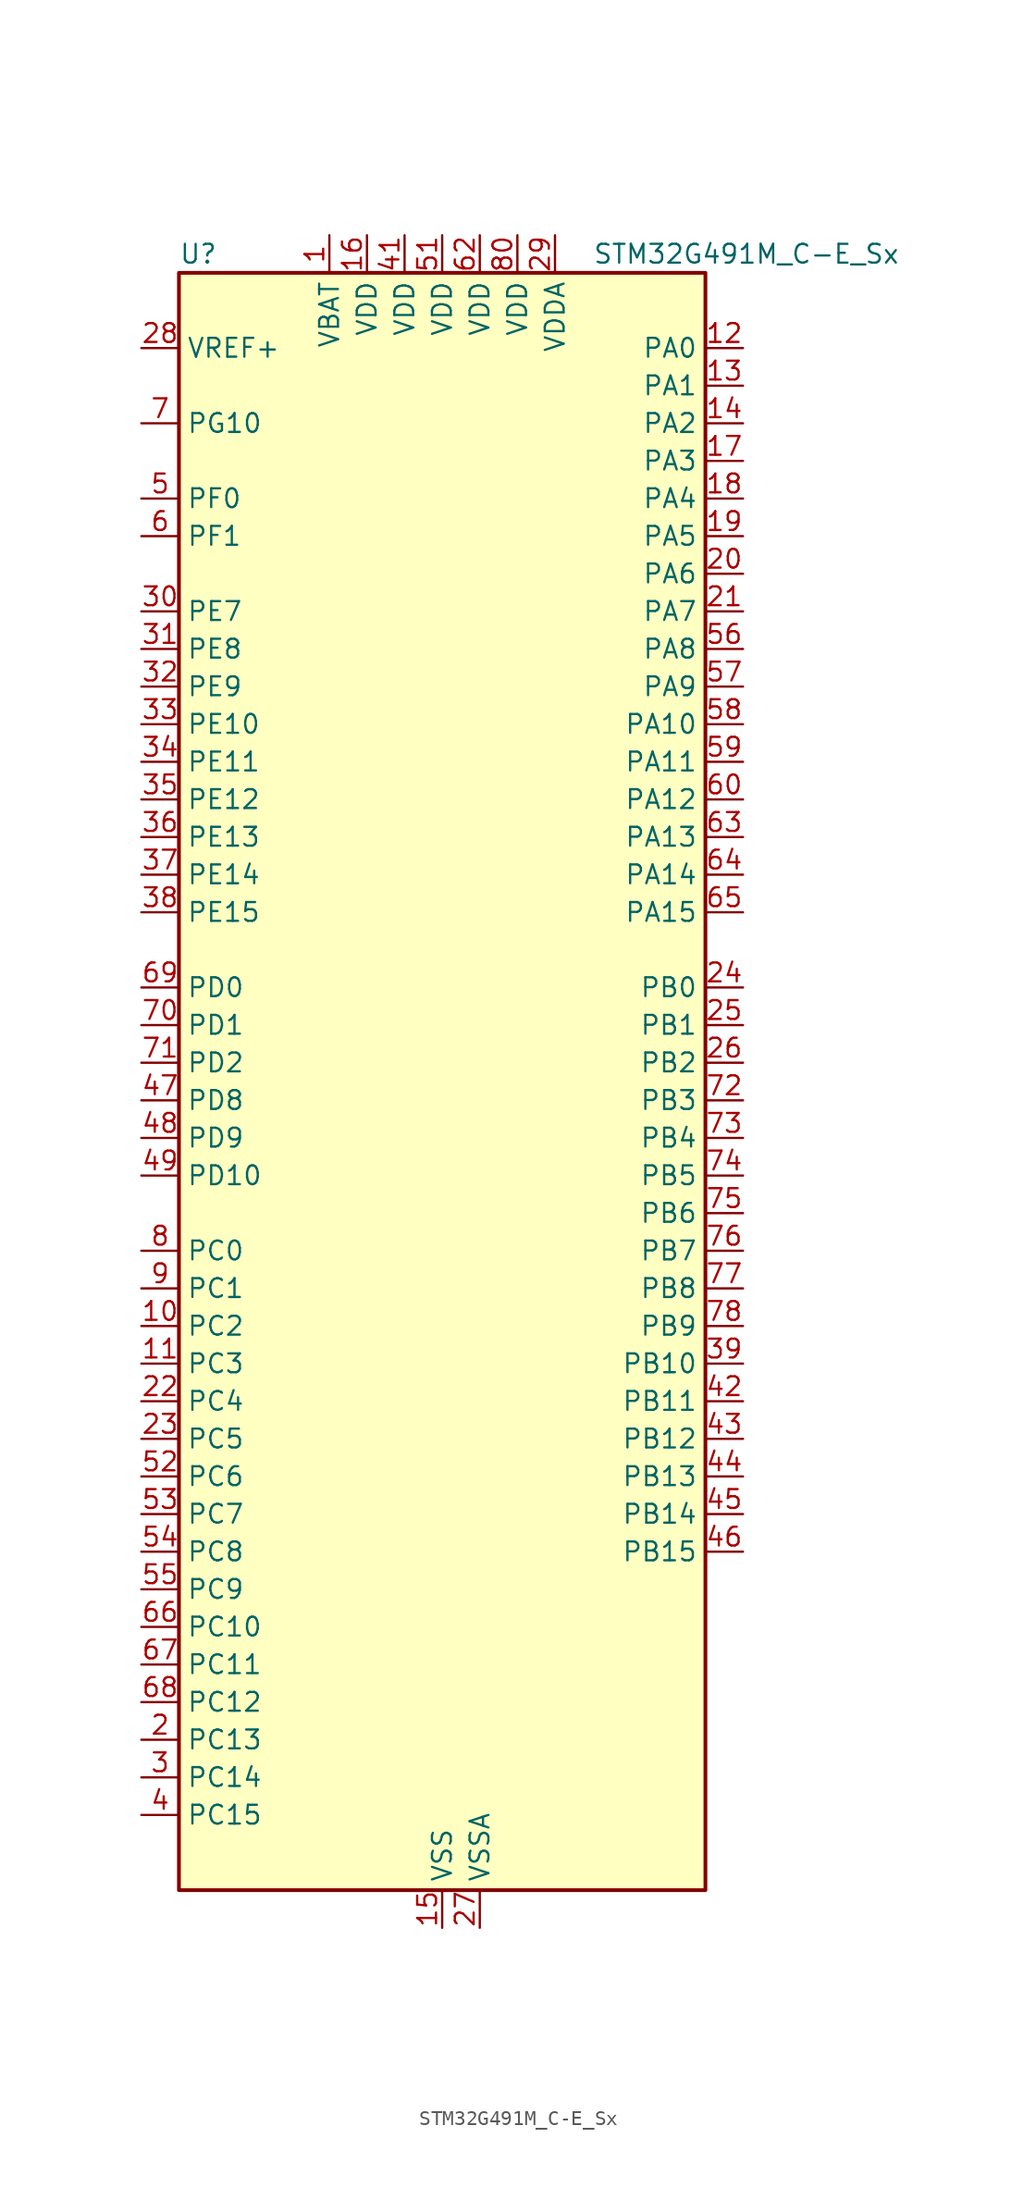
<source format=kicad_sym>
(kicad_symbol_lib
  (version 20241209)
  (generator "kicad_symbol_editor")
  (generator_version "9.0")
  (symbol "STM32G491M_C-E_Sx"
    (property "Reference" "U"
      (at -17.78 57.15 0)
      (effects (font (size 1.27 1.27)) (justify left)))
    (property "Value" "STM32G491M_C-E_Sx"
      (at 10.16 57.15 0)
      (effects (font (size 1.27 1.27)) (justify left)))
    (symbol "STM32G491M_C-E_Sx_0_1"
      (rectangle (start -17.78 -53.34) (end 17.78 55.88) (stroke (width 0.254) (type default)) (fill (type background))))
    (symbol "STM32G491M_C-E_Sx_1_1"
      (pin input line (at -20.32 50.8 0) (length 2.54) (name "VREF+" (effects (font (size 1.27 1.27)))) (number "28" (effects (font (size 1.27 1.27)))) (alternate "VREFBUF_OUT" bidirectional line))
      (pin bidirectional line (at -20.32 45.72 0) (length 2.54) (name "PG10" (effects (font (size 1.27 1.27)))) (number "7" (effects (font (size 1.27 1.27)))) (alternate "DAC1_EXTI10" bidirectional line) (alternate "DAC3_EXTI10" bidirectional line) (alternate "RCC_MCO" bidirectional line))
      (pin bidirectional line (at -20.32 40.64 0) (length 2.54) (name "PF0" (effects (font (size 1.27 1.27)))) (number "5" (effects (font (size 1.27 1.27)))) (alternate "ADC1_IN10" bidirectional line) (alternate "I2C2_SDA" bidirectional line) (alternate "I2S2_WS" bidirectional line) (alternate "RCC_OSC_IN" bidirectional line) (alternate "SPI2_NSS" bidirectional line) (alternate "TIM1_CH3N" bidirectional line))
      (pin bidirectional line (at -20.32 38.1 0) (length 2.54) (name "PF1" (effects (font (size 1.27 1.27)))) (number "6" (effects (font (size 1.27 1.27)))) (alternate "ADC2_IN10" bidirectional line) (alternate "COMP3_INM" bidirectional line) (alternate "I2S2_CK" bidirectional line) (alternate "RCC_OSC_OUT" bidirectional line) (alternate "SPI2_SCK" bidirectional line))
      (pin bidirectional line (at -20.32 33.02 0) (length 2.54) (name "PE7" (effects (font (size 1.27 1.27)))) (number "30" (effects (font (size 1.27 1.27)))) (alternate "ADC3_IN4" bidirectional line) (alternate "COMP4_INP" bidirectional line) (alternate "SAI1_SD_B" bidirectional line) (alternate "TIM1_ETR" bidirectional line))
      (pin bidirectional line (at -20.32 30.48 0) (length 2.54) (name "PE8" (effects (font (size 1.27 1.27)))) (number "31" (effects (font (size 1.27 1.27)))) (alternate "ADC3_IN6" bidirectional line) (alternate "COMP4_INM" bidirectional line) (alternate "SAI1_SCK_B" bidirectional line) (alternate "TIM1_CH1N" bidirectional line))
      (pin bidirectional line (at -20.32 27.94 0) (length 2.54) (name "PE9" (effects (font (size 1.27 1.27)))) (number "32" (effects (font (size 1.27 1.27)))) (alternate "ADC3_IN2" bidirectional line) (alternate "DAC1_EXTI9" bidirectional line) (alternate "DAC3_EXTI9" bidirectional line) (alternate "SAI1_FS_B" bidirectional line) (alternate "TIM1_CH1" bidirectional line))
      (pin bidirectional line (at -20.32 25.4 0) (length 2.54) (name "PE10" (effects (font (size 1.27 1.27)))) (number "33" (effects (font (size 1.27 1.27)))) (alternate "ADC3_IN14" bidirectional line) (alternate "DAC1_EXTI10" bidirectional line) (alternate "DAC3_EXTI10" bidirectional line) (alternate "QUADSPI1_CLK" bidirectional line) (alternate "SAI1_MCLK_B" bidirectional line) (alternate "TIM1_CH2N" bidirectional line))
      (pin bidirectional line (at -20.32 22.86 0) (length 2.54) (name "PE11" (effects (font (size 1.27 1.27)))) (number "34" (effects (font (size 1.27 1.27)))) (alternate "ADC1_EXTI11" bidirectional line) (alternate "ADC2_EXTI11" bidirectional line) (alternate "ADC3_IN15" bidirectional line) (alternate "QUADSPI1_BK1_NCS" bidirectional line) (alternate "TIM1_CH2" bidirectional line))
      (pin bidirectional line (at -20.32 20.32 0) (length 2.54) (name "PE12" (effects (font (size 1.27 1.27)))) (number "35" (effects (font (size 1.27 1.27)))) (alternate "ADC3_IN16" bidirectional line) (alternate "QUADSPI1_BK1_IO0" bidirectional line) (alternate "TIM1_CH3N" bidirectional line))
      (pin bidirectional line (at -20.32 17.78 0) (length 2.54) (name "PE13" (effects (font (size 1.27 1.27)))) (number "36" (effects (font (size 1.27 1.27)))) (alternate "ADC3_IN3" bidirectional line) (alternate "QUADSPI1_BK1_IO1" bidirectional line) (alternate "TIM1_CH3" bidirectional line))
      (pin bidirectional line (at -20.32 15.24 0) (length 2.54) (name "PE14" (effects (font (size 1.27 1.27)))) (number "37" (effects (font (size 1.27 1.27)))) (alternate "QUADSPI1_BK1_IO2" bidirectional line) (alternate "TIM1_BKIN2" bidirectional line) (alternate "TIM1_CH4" bidirectional line))
      (pin bidirectional line (at -20.32 12.7 0) (length 2.54) (name "PE15" (effects (font (size 1.27 1.27)))) (number "38" (effects (font (size 1.27 1.27)))) (alternate "ADC1_EXTI15" bidirectional line) (alternate "ADC2_EXTI15" bidirectional line) (alternate "QUADSPI1_BK1_IO3" bidirectional line) (alternate "TIM1_BKIN" bidirectional line) (alternate "TIM1_CH4N" bidirectional line) (alternate "USART3_RX" bidirectional line))
      (pin bidirectional line (at -20.32 7.62 0) (length 2.54) (name "PD0" (effects (font (size 1.27 1.27)))) (number "69" (effects (font (size 1.27 1.27)))) (alternate "FDCAN1_RX" bidirectional line) (alternate "TIM8_CH4N" bidirectional line))
      (pin bidirectional line (at -20.32 5.08 0) (length 2.54) (name "PD1" (effects (font (size 1.27 1.27)))) (number "70" (effects (font (size 1.27 1.27)))) (alternate "FDCAN1_TX" bidirectional line) (alternate "TIM8_BKIN2" bidirectional line) (alternate "TIM8_CH4" bidirectional line))
      (pin bidirectional line (at -20.32 2.54 0) (length 2.54) (name "PD2" (effects (font (size 1.27 1.27)))) (number "71" (effects (font (size 1.27 1.27)))) (alternate "ADC3_EXTI2" bidirectional line) (alternate "TIM3_ETR" bidirectional line) (alternate "TIM8_BKIN" bidirectional line) (alternate "UART5_RX" bidirectional line))
      (pin bidirectional line (at -20.32 0 0) (length 2.54) (name "PD8" (effects (font (size 1.27 1.27)))) (number "47" (effects (font (size 1.27 1.27)))) (alternate "USART3_TX" bidirectional line))
      (pin bidirectional line (at -20.32 -2.54 0) (length 2.54) (name "PD9" (effects (font (size 1.27 1.27)))) (number "48" (effects (font (size 1.27 1.27)))) (alternate "DAC1_EXTI9" bidirectional line) (alternate "DAC3_EXTI9" bidirectional line) (alternate "OPAMP6_VINP" bidirectional line) (alternate "OPAMP6_VINP_SEC" bidirectional line) (alternate "USART3_RX" bidirectional line))
      (pin bidirectional line (at -20.32 -5.08 0) (length 2.54) (name "PD10" (effects (font (size 1.27 1.27)))) (number "49" (effects (font (size 1.27 1.27)))) (alternate "ADC3_IN7" bidirectional line) (alternate "DAC1_EXTI10" bidirectional line) (alternate "DAC3_EXTI10" bidirectional line) (alternate "USART3_CK" bidirectional line))
      (pin bidirectional line (at -20.32 -10.16 0) (length 2.54) (name "PC0" (effects (font (size 1.27 1.27)))) (number "8" (effects (font (size 1.27 1.27)))) (alternate "ADC1_IN6" bidirectional line) (alternate "ADC2_IN6" bidirectional line) (alternate "COMP3_INM" bidirectional line) (alternate "LPTIM1_IN1" bidirectional line) (alternate "LPUART1_RX" bidirectional line) (alternate "TIM1_CH1" bidirectional line))
      (pin bidirectional line (at -20.32 -12.7 0) (length 2.54) (name "PC1" (effects (font (size 1.27 1.27)))) (number "9" (effects (font (size 1.27 1.27)))) (alternate "ADC1_IN7" bidirectional line) (alternate "ADC2_IN7" bidirectional line) (alternate "COMP3_INP" bidirectional line) (alternate "LPTIM1_OUT" bidirectional line) (alternate "LPUART1_TX" bidirectional line) (alternate "QUADSPI1_BK2_IO0" bidirectional line) (alternate "SAI1_SD_A" bidirectional line) (alternate "TIM1_CH2" bidirectional line))
      (pin bidirectional line (at -20.32 -15.24 0) (length 2.54) (name "PC2" (effects (font (size 1.27 1.27)))) (number "10" (effects (font (size 1.27 1.27)))) (alternate "ADC1_IN8" bidirectional line) (alternate "ADC2_IN8" bidirectional line) (alternate "ADC3_EXTI2" bidirectional line) (alternate "COMP3_OUT" bidirectional line) (alternate "LPTIM1_IN2" bidirectional line) (alternate "QUADSPI1_BK2_IO1" bidirectional line) (alternate "TIM1_CH3" bidirectional line) (alternate "TIM20_CH2" bidirectional line))
      (pin bidirectional line (at -20.32 -17.78 0) (length 2.54) (name "PC3" (effects (font (size 1.27 1.27)))) (number "11" (effects (font (size 1.27 1.27)))) (alternate "ADC1_IN9" bidirectional line) (alternate "ADC2_IN9" bidirectional line) (alternate "ADC3_EXTI3" bidirectional line) (alternate "LPTIM1_ETR" bidirectional line) (alternate "QUADSPI1_BK2_IO2" bidirectional line) (alternate "SAI1_D1" bidirectional line) (alternate "SAI1_SD_A" bidirectional line) (alternate "TIM1_BKIN2" bidirectional line) (alternate "TIM1_CH4" bidirectional line))
      (pin bidirectional line (at -20.32 -20.32 0) (length 2.54) (name "PC4" (effects (font (size 1.27 1.27)))) (number "22" (effects (font (size 1.27 1.27)))) (alternate "ADC2_IN5" bidirectional line) (alternate "I2C2_SCL" bidirectional line) (alternate "QUADSPI1_BK2_IO3" bidirectional line) (alternate "TIM1_ETR" bidirectional line) (alternate "USART1_TX" bidirectional line))
      (pin bidirectional line (at -20.32 -22.86 0) (length 2.54) (name "PC5" (effects (font (size 1.27 1.27)))) (number "23" (effects (font (size 1.27 1.27)))) (alternate "ADC2_IN11" bidirectional line) (alternate "OPAMP1_VINM" bidirectional line) (alternate "OPAMP1_VINM1" bidirectional line) (alternate "OPAMP1_VINM_SEC" bidirectional line) (alternate "OPAMP2_VINM" bidirectional line) (alternate "OPAMP2_VINM1" bidirectional line) (alternate "OPAMP2_VINM_SEC" bidirectional line) (alternate "SAI1_D3" bidirectional line) (alternate "SYS_WKUP5" bidirectional line) (alternate "TIM15_BKIN" bidirectional line) (alternate "TIM1_CH4N" bidirectional line) (alternate "USART1_RX" bidirectional line))
      (pin bidirectional line (at -20.32 -25.4 0) (length 2.54) (name "PC6" (effects (font (size 1.27 1.27)))) (number "52" (effects (font (size 1.27 1.27)))) (alternate "I2S2_MCK" bidirectional line) (alternate "TIM3_CH1" bidirectional line) (alternate "TIM8_CH1" bidirectional line))
      (pin bidirectional line (at -20.32 -27.94 0) (length 2.54) (name "PC7" (effects (font (size 1.27 1.27)))) (number "53" (effects (font (size 1.27 1.27)))) (alternate "I2S3_MCK" bidirectional line) (alternate "TIM3_CH2" bidirectional line) (alternate "TIM8_CH2" bidirectional line))
      (pin bidirectional line (at -20.32 -30.48 0) (length 2.54) (name "PC8" (effects (font (size 1.27 1.27)))) (number "54" (effects (font (size 1.27 1.27)))) (alternate "I2C3_SCL" bidirectional line) (alternate "TIM20_CH3" bidirectional line) (alternate "TIM3_CH3" bidirectional line) (alternate "TIM8_CH3" bidirectional line))
      (pin bidirectional line (at -20.32 -33.02 0) (length 2.54) (name "PC9" (effects (font (size 1.27 1.27)))) (number "55" (effects (font (size 1.27 1.27)))) (alternate "DAC1_EXTI9" bidirectional line) (alternate "DAC3_EXTI9" bidirectional line) (alternate "I2C3_SDA" bidirectional line) (alternate "I2S_CKIN" bidirectional line) (alternate "TIM3_CH4" bidirectional line) (alternate "TIM8_BKIN2" bidirectional line) (alternate "TIM8_CH4" bidirectional line))
      (pin bidirectional line (at -20.32 -35.56 0) (length 2.54) (name "PC10" (effects (font (size 1.27 1.27)))) (number "66" (effects (font (size 1.27 1.27)))) (alternate "DAC1_EXTI10" bidirectional line) (alternate "DAC3_EXTI10" bidirectional line) (alternate "I2S3_CK" bidirectional line) (alternate "SPI3_SCK" bidirectional line) (alternate "TIM8_CH1N" bidirectional line) (alternate "UART4_TX" bidirectional line) (alternate "USART3_TX" bidirectional line))
      (pin bidirectional line (at -20.32 -38.1 0) (length 2.54) (name "PC11" (effects (font (size 1.27 1.27)))) (number "67" (effects (font (size 1.27 1.27)))) (alternate "ADC1_EXTI11" bidirectional line) (alternate "ADC2_EXTI11" bidirectional line) (alternate "I2C3_SDA" bidirectional line) (alternate "SPI3_MISO" bidirectional line) (alternate "TIM8_CH2N" bidirectional line) (alternate "UART4_RX" bidirectional line) (alternate "USART3_RX" bidirectional line))
      (pin bidirectional line (at -20.32 -40.64 0) (length 2.54) (name "PC12" (effects (font (size 1.27 1.27)))) (number "68" (effects (font (size 1.27 1.27)))) (alternate "I2S3_SD" bidirectional line) (alternate "SPI3_MOSI" bidirectional line) (alternate "TIM8_CH3N" bidirectional line) (alternate "UART5_TX" bidirectional line) (alternate "UCPD1_FRSTX1" bidirectional line) (alternate "UCPD1_FRSTX2" bidirectional line) (alternate "USART3_CK" bidirectional line))
      (pin bidirectional line (at -20.32 -43.18 0) (length 2.54) (name "PC13" (effects (font (size 1.27 1.27)))) (number "2" (effects (font (size 1.27 1.27)))) (alternate "RTC_OUT1" bidirectional line) (alternate "RTC_TAMP1" bidirectional line) (alternate "RTC_TS" bidirectional line) (alternate "SYS_WKUP2" bidirectional line) (alternate "TIM1_BKIN" bidirectional line) (alternate "TIM1_CH1N" bidirectional line) (alternate "TIM8_CH4N" bidirectional line))
      (pin bidirectional line (at -20.32 -45.72 0) (length 2.54) (name "PC14" (effects (font (size 1.27 1.27)))) (number "3" (effects (font (size 1.27 1.27)))) (alternate "RCC_OSC32_IN" bidirectional line))
      (pin bidirectional line (at -20.32 -48.26 0) (length 2.54) (name "PC15" (effects (font (size 1.27 1.27)))) (number "4" (effects (font (size 1.27 1.27)))) (alternate "ADC1_EXTI15" bidirectional line) (alternate "ADC2_EXTI15" bidirectional line) (alternate "RCC_OSC32_OUT" bidirectional line))
      (pin power_in line (at -7.62 58.42 270) (length 2.54) (name "VBAT" (effects (font (size 1.27 1.27)))) (number "1" (effects (font (size 1.27 1.27)))))
      (pin power_in line (at -5.08 58.42 270) (length 2.54) (name "VDD" (effects (font (size 1.27 1.27)))) (number "16" (effects (font (size 1.27 1.27)))))
      (pin power_in line (at -2.54 58.42 270) (length 2.54) (name "VDD" (effects (font (size 1.27 1.27)))) (number "41" (effects (font (size 1.27 1.27)))))
      (pin power_in line (at 0 58.42 270) (length 2.54) (name "VDD" (effects (font (size 1.27 1.27)))) (number "51" (effects (font (size 1.27 1.27)))))
      (pin power_in line (at 0 -55.88 90) (length 2.54) (name "VSS" (effects (font (size 1.27 1.27)))) (number "15" (effects (font (size 1.27 1.27)))))
      (pin passive line (at 0 -55.88 90) (length 2.54) (hide yes) (name "VSS" (effects (font (size 1.27 1.27)))) (number "40" (effects (font (size 1.27 1.27)))))
      (pin passive line (at 0 -55.88 90) (length 2.54) (hide yes) (name "VSS" (effects (font (size 1.27 1.27)))) (number "50" (effects (font (size 1.27 1.27)))))
      (pin passive line (at 0 -55.88 90) (length 2.54) (hide yes) (name "VSS" (effects (font (size 1.27 1.27)))) (number "61" (effects (font (size 1.27 1.27)))))
      (pin passive line (at 0 -55.88 90) (length 2.54) (hide yes) (name "VSS" (effects (font (size 1.27 1.27)))) (number "79" (effects (font (size 1.27 1.27)))))
      (pin power_in line (at 2.54 58.42 270) (length 2.54) (name "VDD" (effects (font (size 1.27 1.27)))) (number "62" (effects (font (size 1.27 1.27)))))
      (pin power_in line (at 2.54 -55.88 90) (length 2.54) (name "VSSA" (effects (font (size 1.27 1.27)))) (number "27" (effects (font (size 1.27 1.27)))))
      (pin power_in line (at 5.08 58.42 270) (length 2.54) (name "VDD" (effects (font (size 1.27 1.27)))) (number "80" (effects (font (size 1.27 1.27)))))
      (pin power_in line (at 7.62 58.42 270) (length 2.54) (name "VDDA" (effects (font (size 1.27 1.27)))) (number "29" (effects (font (size 1.27 1.27)))))
      (pin bidirectional line (at 20.32 50.8 180) (length 2.54) (name "PA0" (effects (font (size 1.27 1.27)))) (number "12" (effects (font (size 1.27 1.27)))) (alternate "ADC1_IN1" bidirectional line) (alternate "ADC2_IN1" bidirectional line) (alternate "COMP1_INM" bidirectional line) (alternate "COMP1_OUT" bidirectional line) (alternate "COMP3_INP" bidirectional line) (alternate "RTC_TAMP2" bidirectional line) (alternate "SYS_WKUP1" bidirectional line) (alternate "TIM2_CH1" bidirectional line) (alternate "TIM2_ETR" bidirectional line) (alternate "TIM8_BKIN" bidirectional line) (alternate "TIM8_ETR" bidirectional line) (alternate "USART2_CTS" bidirectional line) (alternate "USART2_NSS" bidirectional line))
      (pin bidirectional line (at 20.32 48.26 180) (length 2.54) (name "PA1" (effects (font (size 1.27 1.27)))) (number "13" (effects (font (size 1.27 1.27)))) (alternate "ADC1_IN2" bidirectional line) (alternate "ADC2_IN2" bidirectional line) (alternate "COMP1_INP" bidirectional line) (alternate "OPAMP1_VINP" bidirectional line) (alternate "OPAMP1_VINP_SEC" bidirectional line) (alternate "OPAMP3_VINP" bidirectional line) (alternate "OPAMP3_VINP_SEC" bidirectional line) (alternate "OPAMP6_VINM" bidirectional line) (alternate "OPAMP6_VINM0" bidirectional line) (alternate "OPAMP6_VINM_SEC" bidirectional line) (alternate "RTC_REFIN" bidirectional line) (alternate "TIM15_CH1N" bidirectional line) (alternate "TIM2_CH2" bidirectional line) (alternate "USART2_DE" bidirectional line) (alternate "USART2_RTS" bidirectional line))
      (pin bidirectional line (at 20.32 45.72 180) (length 2.54) (name "PA2" (effects (font (size 1.27 1.27)))) (number "14" (effects (font (size 1.27 1.27)))) (alternate "ADC1_IN3" bidirectional line) (alternate "ADC3_EXTI2" bidirectional line) (alternate "COMP2_INM" bidirectional line) (alternate "COMP2_OUT" bidirectional line) (alternate "LPUART1_TX" bidirectional line) (alternate "OPAMP1_VOUT" bidirectional line) (alternate "QUADSPI1_BK1_NCS" bidirectional line) (alternate "RCC_LSCO" bidirectional line) (alternate "SYS_WKUP4" bidirectional line) (alternate "TIM15_CH1" bidirectional line) (alternate "TIM2_CH3" bidirectional line) (alternate "UCPD1_FRSTX1" bidirectional line) (alternate "UCPD1_FRSTX2" bidirectional line) (alternate "USART2_TX" bidirectional line))
      (pin bidirectional line (at 20.32 43.18 180) (length 2.54) (name "PA3" (effects (font (size 1.27 1.27)))) (number "17" (effects (font (size 1.27 1.27)))) (alternate "ADC1_IN4" bidirectional line) (alternate "ADC3_EXTI3" bidirectional line) (alternate "COMP2_INP" bidirectional line) (alternate "LPUART1_RX" bidirectional line) (alternate "OPAMP1_VINM" bidirectional line) (alternate "OPAMP1_VINM0" bidirectional line) (alternate "OPAMP1_VINM_SEC" bidirectional line) (alternate "OPAMP1_VINP" bidirectional line) (alternate "OPAMP1_VINP_SEC" bidirectional line) (alternate "QUADSPI1_CLK" bidirectional line) (alternate "SAI1_CK1" bidirectional line) (alternate "SAI1_MCLK_A" bidirectional line) (alternate "TIM15_CH2" bidirectional line) (alternate "TIM2_CH4" bidirectional line) (alternate "USART2_RX" bidirectional line))
      (pin bidirectional line (at 20.32 40.64 180) (length 2.54) (name "PA4" (effects (font (size 1.27 1.27)))) (number "18" (effects (font (size 1.27 1.27)))) (alternate "ADC2_IN17" bidirectional line) (alternate "COMP1_INM" bidirectional line) (alternate "DAC1_OUT1" bidirectional line) (alternate "I2S3_WS" bidirectional line) (alternate "SAI1_FS_B" bidirectional line) (alternate "SPI1_NSS" bidirectional line) (alternate "SPI3_NSS" bidirectional line) (alternate "TIM3_CH2" bidirectional line) (alternate "USART2_CK" bidirectional line))
      (pin bidirectional line (at 20.32 38.1 180) (length 2.54) (name "PA5" (effects (font (size 1.27 1.27)))) (number "19" (effects (font (size 1.27 1.27)))) (alternate "ADC2_IN13" bidirectional line) (alternate "COMP2_INM" bidirectional line) (alternate "DAC1_OUT2" bidirectional line) (alternate "OPAMP2_VINM" bidirectional line) (alternate "OPAMP2_VINM0" bidirectional line) (alternate "OPAMP2_VINM_SEC" bidirectional line) (alternate "SPI1_SCK" bidirectional line) (alternate "TIM2_CH1" bidirectional line) (alternate "TIM2_ETR" bidirectional line) (alternate "UCPD1_FRSTX1" bidirectional line) (alternate "UCPD1_FRSTX2" bidirectional line))
      (pin bidirectional line (at 20.32 35.56 180) (length 2.54) (name "PA6" (effects (font (size 1.27 1.27)))) (number "20" (effects (font (size 1.27 1.27)))) (alternate "ADC2_IN3" bidirectional line) (alternate "COMP1_OUT" bidirectional line) (alternate "LPUART1_CTS" bidirectional line) (alternate "OPAMP2_VOUT" bidirectional line) (alternate "QUADSPI1_BK1_IO3" bidirectional line) (alternate "SPI1_MISO" bidirectional line) (alternate "TIM16_CH1" bidirectional line) (alternate "TIM1_BKIN" bidirectional line) (alternate "TIM3_CH1" bidirectional line) (alternate "TIM8_BKIN" bidirectional line))
      (pin bidirectional line (at 20.32 33.02 180) (length 2.54) (name "PA7" (effects (font (size 1.27 1.27)))) (number "21" (effects (font (size 1.27 1.27)))) (alternate "ADC2_IN4" bidirectional line) (alternate "COMP2_INP" bidirectional line) (alternate "COMP2_OUT" bidirectional line) (alternate "OPAMP1_VINP" bidirectional line) (alternate "OPAMP1_VINP_SEC" bidirectional line) (alternate "OPAMP2_VINP" bidirectional line) (alternate "OPAMP2_VINP_SEC" bidirectional line) (alternate "QUADSPI1_BK1_IO2" bidirectional line) (alternate "SPI1_MOSI" bidirectional line) (alternate "TIM17_CH1" bidirectional line) (alternate "TIM1_CH1N" bidirectional line) (alternate "TIM3_CH2" bidirectional line) (alternate "TIM8_CH1N" bidirectional line) (alternate "UCPD1_FRSTX1" bidirectional line) (alternate "UCPD1_FRSTX2" bidirectional line))
      (pin bidirectional line (at 20.32 30.48 180) (length 2.54) (name "PA8" (effects (font (size 1.27 1.27)))) (number "56" (effects (font (size 1.27 1.27)))) (alternate "I2C2_SDA" bidirectional line) (alternate "I2C3_SCL" bidirectional line) (alternate "I2S2_MCK" bidirectional line) (alternate "RCC_MCO" bidirectional line) (alternate "SAI1_CK2" bidirectional line) (alternate "SAI1_SCK_A" bidirectional line) (alternate "TIM1_CH1" bidirectional line) (alternate "TIM4_ETR" bidirectional line) (alternate "USART1_CK" bidirectional line))
      (pin bidirectional line (at 20.32 27.94 180) (length 2.54) (name "PA9" (effects (font (size 1.27 1.27)))) (number "57" (effects (font (size 1.27 1.27)))) (alternate "DAC1_EXTI9" bidirectional line) (alternate "DAC3_EXTI9" bidirectional line) (alternate "I2C2_SCL" bidirectional line) (alternate "I2C3_SMBA" bidirectional line) (alternate "I2S3_MCK" bidirectional line) (alternate "SAI1_FS_A" bidirectional line) (alternate "TIM15_BKIN" bidirectional line) (alternate "TIM1_CH2" bidirectional line) (alternate "TIM2_CH3" bidirectional line) (alternate "UCPD1_DBCC1" bidirectional line) (alternate "USART1_TX" bidirectional line))
      (pin bidirectional line (at 20.32 25.4 180) (length 2.54) (name "PA10" (effects (font (size 1.27 1.27)))) (number "58" (effects (font (size 1.27 1.27)))) (alternate "CRS_SYNC" bidirectional line) (alternate "DAC1_EXTI10" bidirectional line) (alternate "DAC3_EXTI10" bidirectional line) (alternate "I2C2_SMBA" bidirectional line) (alternate "SAI1_D1" bidirectional line) (alternate "SAI1_SD_A" bidirectional line) (alternate "SPI2_MISO" bidirectional line) (alternate "TIM17_BKIN" bidirectional line) (alternate "TIM1_CH3" bidirectional line) (alternate "TIM2_CH4" bidirectional line) (alternate "TIM8_BKIN" bidirectional line) (alternate "UCPD1_DBCC2" bidirectional line) (alternate "USART1_RX" bidirectional line))
      (pin bidirectional line (at 20.32 22.86 180) (length 2.54) (name "PA11" (effects (font (size 1.27 1.27)))) (number "59" (effects (font (size 1.27 1.27)))) (alternate "ADC1_EXTI11" bidirectional line) (alternate "ADC2_EXTI11" bidirectional line) (alternate "COMP1_OUT" bidirectional line) (alternate "FDCAN1_RX" bidirectional line) (alternate "I2S2_SD" bidirectional line) (alternate "SPI2_MOSI" bidirectional line) (alternate "TIM1_BKIN2" bidirectional line) (alternate "TIM1_CH1N" bidirectional line) (alternate "TIM1_CH4" bidirectional line) (alternate "TIM4_CH1" bidirectional line) (alternate "USART1_CTS" bidirectional line) (alternate "USART1_NSS" bidirectional line) (alternate "USB_DM" bidirectional line))
      (pin bidirectional line (at 20.32 20.32 180) (length 2.54) (name "PA12" (effects (font (size 1.27 1.27)))) (number "60" (effects (font (size 1.27 1.27)))) (alternate "COMP2_OUT" bidirectional line) (alternate "FDCAN1_TX" bidirectional line) (alternate "I2S_CKIN" bidirectional line) (alternate "TIM16_CH1" bidirectional line) (alternate "TIM1_CH2N" bidirectional line) (alternate "TIM1_ETR" bidirectional line) (alternate "TIM4_CH2" bidirectional line) (alternate "USART1_DE" bidirectional line) (alternate "USART1_RTS" bidirectional line) (alternate "USB_DP" bidirectional line))
      (pin bidirectional line (at 20.32 17.78 180) (length 2.54) (name "PA13" (effects (font (size 1.27 1.27)))) (number "63" (effects (font (size 1.27 1.27)))) (alternate "I2C1_SCL" bidirectional line) (alternate "IR_OUT" bidirectional line) (alternate "SAI1_SD_B" bidirectional line) (alternate "SYS_JTMS-SWDIO" bidirectional line) (alternate "TIM16_CH1N" bidirectional line) (alternate "TIM4_CH3" bidirectional line) (alternate "USART3_CTS" bidirectional line) (alternate "USART3_NSS" bidirectional line))
      (pin bidirectional line (at 20.32 15.24 180) (length 2.54) (name "PA14" (effects (font (size 1.27 1.27)))) (number "64" (effects (font (size 1.27 1.27)))) (alternate "I2C1_SDA" bidirectional line) (alternate "LPTIM1_OUT" bidirectional line) (alternate "SAI1_FS_B" bidirectional line) (alternate "SYS_JTCK-SWCLK" bidirectional line) (alternate "TIM1_BKIN" bidirectional line) (alternate "TIM8_CH2" bidirectional line) (alternate "USART2_TX" bidirectional line))
      (pin bidirectional line (at 20.32 12.7 180) (length 2.54) (name "PA15" (effects (font (size 1.27 1.27)))) (number "65" (effects (font (size 1.27 1.27)))) (alternate "ADC1_EXTI15" bidirectional line) (alternate "ADC2_EXTI15" bidirectional line) (alternate "I2C1_SCL" bidirectional line) (alternate "I2S3_WS" bidirectional line) (alternate "SPI1_NSS" bidirectional line) (alternate "SPI3_NSS" bidirectional line) (alternate "SYS_JTDI" bidirectional line) (alternate "TIM1_BKIN" bidirectional line) (alternate "TIM20_ETR" bidirectional line) (alternate "TIM2_CH1" bidirectional line) (alternate "TIM2_ETR" bidirectional line) (alternate "TIM8_CH1" bidirectional line) (alternate "UART4_DE" bidirectional line) (alternate "UART4_RTS" bidirectional line) (alternate "USART2_RX" bidirectional line))
      (pin bidirectional line (at 20.32 7.62 180) (length 2.54) (name "PB0" (effects (font (size 1.27 1.27)))) (number "24" (effects (font (size 1.27 1.27)))) (alternate "ADC1_IN15" bidirectional line) (alternate "ADC3_IN12" bidirectional line) (alternate "COMP4_INP" bidirectional line) (alternate "OPAMP2_VINP" bidirectional line) (alternate "OPAMP2_VINP_SEC" bidirectional line) (alternate "OPAMP3_VINP" bidirectional line) (alternate "OPAMP3_VINP_SEC" bidirectional line) (alternate "QUADSPI1_BK1_IO1" bidirectional line) (alternate "TIM1_CH2N" bidirectional line) (alternate "TIM3_CH3" bidirectional line) (alternate "TIM8_CH2N" bidirectional line) (alternate "UCPD1_FRSTX1" bidirectional line) (alternate "UCPD1_FRSTX2" bidirectional line))
      (pin bidirectional line (at 20.32 5.08 180) (length 2.54) (name "PB1" (effects (font (size 1.27 1.27)))) (number "25" (effects (font (size 1.27 1.27)))) (alternate "ADC1_IN12" bidirectional line) (alternate "ADC3_IN1" bidirectional line) (alternate "COMP1_INP" bidirectional line) (alternate "COMP4_OUT" bidirectional line) (alternate "LPUART1_DE" bidirectional line) (alternate "LPUART1_RTS" bidirectional line) (alternate "OPAMP3_VOUT" bidirectional line) (alternate "OPAMP6_VINM" bidirectional line) (alternate "OPAMP6_VINM1" bidirectional line) (alternate "OPAMP6_VINM_SEC" bidirectional line) (alternate "QUADSPI1_BK1_IO0" bidirectional line) (alternate "TIM1_CH3N" bidirectional line) (alternate "TIM3_CH4" bidirectional line) (alternate "TIM8_CH3N" bidirectional line))
      (pin bidirectional line (at 20.32 2.54 180) (length 2.54) (name "PB2" (effects (font (size 1.27 1.27)))) (number "26" (effects (font (size 1.27 1.27)))) (alternate "ADC2_IN12" bidirectional line) (alternate "ADC3_EXTI2" bidirectional line) (alternate "COMP4_INM" bidirectional line) (alternate "I2C3_SMBA" bidirectional line) (alternate "LPTIM1_OUT" bidirectional line) (alternate "OPAMP3_VINM" bidirectional line) (alternate "OPAMP3_VINM0" bidirectional line) (alternate "OPAMP3_VINM_SEC" bidirectional line) (alternate "QUADSPI1_BK2_IO1" bidirectional line) (alternate "RTC_OUT2" bidirectional line) (alternate "TIM20_CH1" bidirectional line))
      (pin bidirectional line (at 20.32 0 180) (length 2.54) (name "PB3" (effects (font (size 1.27 1.27)))) (number "72" (effects (font (size 1.27 1.27)))) (alternate "ADC3_EXTI3" bidirectional line) (alternate "CRS_SYNC" bidirectional line) (alternate "I2S3_CK" bidirectional line) (alternate "SAI1_SCK_B" bidirectional line) (alternate "SPI1_SCK" bidirectional line) (alternate "SPI3_SCK" bidirectional line) (alternate "SYS_JTDO-SWO" bidirectional line) (alternate "TIM2_CH2" bidirectional line) (alternate "TIM3_ETR" bidirectional line) (alternate "TIM4_ETR" bidirectional line) (alternate "TIM8_CH1N" bidirectional line) (alternate "USART2_TX" bidirectional line))
      (pin bidirectional line (at 20.32 -2.54 180) (length 2.54) (name "PB4" (effects (font (size 1.27 1.27)))) (number "73" (effects (font (size 1.27 1.27)))) (alternate "SAI1_MCLK_B" bidirectional line) (alternate "SPI1_MISO" bidirectional line) (alternate "SPI3_MISO" bidirectional line) (alternate "SYS_JTRST" bidirectional line) (alternate "TIM16_CH1" bidirectional line) (alternate "TIM17_BKIN" bidirectional line) (alternate "TIM3_CH1" bidirectional line) (alternate "TIM8_CH2N" bidirectional line) (alternate "UART5_DE" bidirectional line) (alternate "UART5_RTS" bidirectional line) (alternate "UCPD1_CC2" bidirectional line) (alternate "USART2_RX" bidirectional line))
      (pin bidirectional line (at 20.32 -5.08 180) (length 2.54) (name "PB5" (effects (font (size 1.27 1.27)))) (number "74" (effects (font (size 1.27 1.27)))) (alternate "FDCAN2_RX" bidirectional line) (alternate "I2C1_SMBA" bidirectional line) (alternate "I2C3_SDA" bidirectional line) (alternate "I2S3_SD" bidirectional line) (alternate "LPTIM1_IN1" bidirectional line) (alternate "SAI1_SD_B" bidirectional line) (alternate "SPI1_MOSI" bidirectional line) (alternate "SPI3_MOSI" bidirectional line) (alternate "TIM16_BKIN" bidirectional line) (alternate "TIM17_CH1" bidirectional line) (alternate "TIM3_CH2" bidirectional line) (alternate "TIM8_CH3N" bidirectional line) (alternate "UART5_CTS" bidirectional line) (alternate "USART2_CK" bidirectional line))
      (pin bidirectional line (at 20.32 -7.62 180) (length 2.54) (name "PB6" (effects (font (size 1.27 1.27)))) (number "75" (effects (font (size 1.27 1.27)))) (alternate "COMP4_OUT" bidirectional line) (alternate "FDCAN2_TX" bidirectional line) (alternate "LPTIM1_ETR" bidirectional line) (alternate "SAI1_FS_B" bidirectional line) (alternate "TIM16_CH1N" bidirectional line) (alternate "TIM4_CH1" bidirectional line) (alternate "TIM8_BKIN2" bidirectional line) (alternate "TIM8_CH1" bidirectional line) (alternate "TIM8_ETR" bidirectional line) (alternate "UCPD1_CC1" bidirectional line) (alternate "USART1_TX" bidirectional line))
      (pin bidirectional line (at 20.32 -10.16 180) (length 2.54) (name "PB7" (effects (font (size 1.27 1.27)))) (number "76" (effects (font (size 1.27 1.27)))) (alternate "COMP3_OUT" bidirectional line) (alternate "I2C1_SDA" bidirectional line) (alternate "LPTIM1_IN2" bidirectional line) (alternate "SYS_PVD_IN" bidirectional line) (alternate "TIM17_CH1N" bidirectional line) (alternate "TIM3_CH4" bidirectional line) (alternate "TIM4_CH2" bidirectional line) (alternate "TIM8_BKIN" bidirectional line) (alternate "UART4_CTS" bidirectional line) (alternate "USART1_RX" bidirectional line))
      (pin bidirectional line (at 20.32 -12.7 180) (length 2.54) (name "PB8" (effects (font (size 1.27 1.27)))) (number "77" (effects (font (size 1.27 1.27)))) (alternate "COMP1_OUT" bidirectional line) (alternate "FDCAN1_RX" bidirectional line) (alternate "I2C1_SCL" bidirectional line) (alternate "SAI1_CK1" bidirectional line) (alternate "SAI1_MCLK_A" bidirectional line) (alternate "TIM16_CH1" bidirectional line) (alternate "TIM1_BKIN" bidirectional line) (alternate "TIM4_CH3" bidirectional line) (alternate "TIM8_CH2" bidirectional line) (alternate "USART3_RX" bidirectional line))
      (pin bidirectional line (at 20.32 -15.24 180) (length 2.54) (name "PB9" (effects (font (size 1.27 1.27)))) (number "78" (effects (font (size 1.27 1.27)))) (alternate "COMP2_OUT" bidirectional line) (alternate "DAC1_EXTI9" bidirectional line) (alternate "DAC3_EXTI9" bidirectional line) (alternate "FDCAN1_TX" bidirectional line) (alternate "I2C1_SDA" bidirectional line) (alternate "IR_OUT" bidirectional line) (alternate "SAI1_D2" bidirectional line) (alternate "SAI1_FS_A" bidirectional line) (alternate "TIM17_CH1" bidirectional line) (alternate "TIM1_CH3N" bidirectional line) (alternate "TIM4_CH4" bidirectional line) (alternate "TIM8_CH3" bidirectional line) (alternate "USART3_TX" bidirectional line))
      (pin bidirectional line (at 20.32 -17.78 180) (length 2.54) (name "PB10" (effects (font (size 1.27 1.27)))) (number "39" (effects (font (size 1.27 1.27)))) (alternate "DAC1_EXTI10" bidirectional line) (alternate "DAC3_EXTI10" bidirectional line) (alternate "LPUART1_RX" bidirectional line) (alternate "OPAMP3_VINM" bidirectional line) (alternate "OPAMP3_VINM1" bidirectional line) (alternate "OPAMP3_VINM_SEC" bidirectional line) (alternate "QUADSPI1_CLK" bidirectional line) (alternate "SAI1_SCK_A" bidirectional line) (alternate "TIM1_BKIN" bidirectional line) (alternate "TIM2_CH3" bidirectional line) (alternate "USART3_TX" bidirectional line))
      (pin bidirectional line (at 20.32 -20.32 180) (length 2.54) (name "PB11" (effects (font (size 1.27 1.27)))) (number "42" (effects (font (size 1.27 1.27)))) (alternate "ADC1_EXTI11" bidirectional line) (alternate "ADC1_IN14" bidirectional line) (alternate "ADC2_EXTI11" bidirectional line) (alternate "ADC2_IN14" bidirectional line) (alternate "LPUART1_TX" bidirectional line) (alternate "OPAMP6_VOUT" bidirectional line) (alternate "QUADSPI1_BK1_NCS" bidirectional line) (alternate "TIM2_CH4" bidirectional line) (alternate "USART3_RX" bidirectional line))
      (pin bidirectional line (at 20.32 -22.86 180) (length 2.54) (name "PB12" (effects (font (size 1.27 1.27)))) (number "43" (effects (font (size 1.27 1.27)))) (alternate "ADC1_IN11" bidirectional line) (alternate "FDCAN2_RX" bidirectional line) (alternate "I2C2_SMBA" bidirectional line) (alternate "I2S2_WS" bidirectional line) (alternate "LPUART1_DE" bidirectional line) (alternate "LPUART1_RTS" bidirectional line) (alternate "OPAMP6_VINP" bidirectional line) (alternate "OPAMP6_VINP_SEC" bidirectional line) (alternate "SPI2_NSS" bidirectional line) (alternate "TIM1_BKIN" bidirectional line) (alternate "USART3_CK" bidirectional line))
      (pin bidirectional line (at 20.32 -25.4 180) (length 2.54) (name "PB13" (effects (font (size 1.27 1.27)))) (number "44" (effects (font (size 1.27 1.27)))) (alternate "ADC3_IN5" bidirectional line) (alternate "FDCAN2_TX" bidirectional line) (alternate "I2S2_CK" bidirectional line) (alternate "LPUART1_CTS" bidirectional line) (alternate "OPAMP3_VINP" bidirectional line) (alternate "OPAMP3_VINP_SEC" bidirectional line) (alternate "OPAMP6_VINP" bidirectional line) (alternate "OPAMP6_VINP_SEC" bidirectional line) (alternate "SPI2_SCK" bidirectional line) (alternate "TIM1_CH1N" bidirectional line) (alternate "USART3_CTS" bidirectional line) (alternate "USART3_NSS" bidirectional line))
      (pin bidirectional line (at 20.32 -27.94 180) (length 2.54) (name "PB14" (effects (font (size 1.27 1.27)))) (number "45" (effects (font (size 1.27 1.27)))) (alternate "ADC1_IN5" bidirectional line) (alternate "COMP4_OUT" bidirectional line) (alternate "OPAMP2_VINP" bidirectional line) (alternate "OPAMP2_VINP_SEC" bidirectional line) (alternate "SPI2_MISO" bidirectional line) (alternate "TIM15_CH1" bidirectional line) (alternate "TIM1_CH2N" bidirectional line) (alternate "USART3_DE" bidirectional line) (alternate "USART3_RTS" bidirectional line))
      (pin bidirectional line (at 20.32 -30.48 180) (length 2.54) (name "PB15" (effects (font (size 1.27 1.27)))) (number "46" (effects (font (size 1.27 1.27)))) (alternate "ADC1_EXTI15" bidirectional line) (alternate "ADC2_EXTI15" bidirectional line) (alternate "ADC2_IN15" bidirectional line) (alternate "COMP3_OUT" bidirectional line) (alternate "I2S2_SD" bidirectional line) (alternate "RTC_REFIN" bidirectional line) (alternate "SPI2_MOSI" bidirectional line) (alternate "TIM15_CH1N" bidirectional line) (alternate "TIM15_CH2" bidirectional line) (alternate "TIM1_CH3N" bidirectional line)))))
</source>
